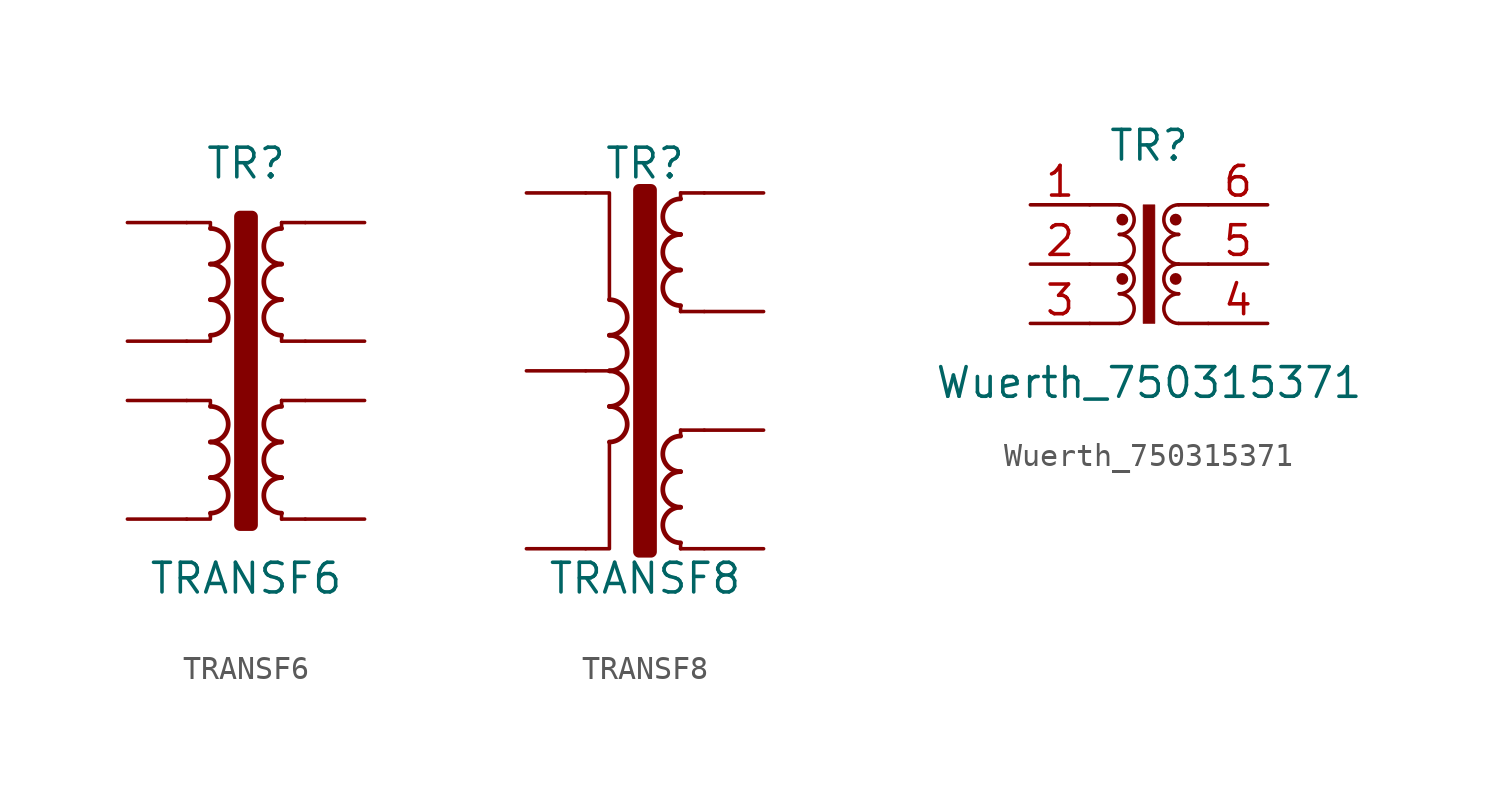
<source format=kicad_sym>
(kicad_symbol_lib
  (version 20201005)
  (generator kicad_symbol_editor)
  (symbol "TRANSF6"
    (pin_numbers hide)
    (pin_names
      (offset 0))
    (property "Reference" "TR"
      (at 0 10.16 0)
      (effects (font (size 1.27 1.27))))
    (property "Value" "TRANSF6"
      (at 0 -7.62 0)
      (effects (font (size 1.27 1.27))))
    (symbol "TRANSF6_0_1"
      (arc (start -1.524 -4.826) (end -1.524 -3.302) (radius (at -1.524 -4.064) (length 0.762) (angles -89.9 89.9)) (stroke (width 0.2032)) (fill (type none)))
      (arc (start -1.524 -3.302) (end -1.524 -1.778) (radius (at -1.524 -2.54) (length 0.762) (angles -89.9 89.9)) (stroke (width 0.2032)) (fill (type none)))
      (arc (start -1.524 -1.778) (end -1.524 -0.254) (radius (at -1.524 -1.016) (length 0.762) (angles -89.9 89.9)) (stroke (width 0.2032)) (fill (type none)))
      (arc (start -1.524 2.794) (end -1.524 4.318) (radius (at -1.524 3.556) (length 0.762) (angles -89.9 89.9)) (stroke (width 0.2032)) (fill (type none)))
      (arc (start -1.524 4.318) (end -1.524 5.842) (radius (at -1.524 5.08) (length 0.762) (angles -89.9 89.9)) (stroke (width 0.2032)) (fill (type none)))
      (arc (start -1.524 5.842) (end -1.524 7.366) (radius (at -1.524 6.604) (length 0.762) (angles -89.9 89.9)) (stroke (width 0.2032)) (fill (type none)))
      (arc (start 1.524 -3.302) (end 1.524 -4.826) (radius (at 1.524 -4.064) (length 0.762) (angles 90.1 -90.1)) (stroke (width 0.2032)) (fill (type none)))
      (arc (start 1.524 -1.778) (end 1.524 -3.302) (radius (at 1.524 -2.54) (length 0.762) (angles 90.1 -90.1)) (stroke (width 0.2032)) (fill (type none)))
      (arc (start 1.524 -0.254) (end 1.524 -1.778) (radius (at 1.524 -1.016) (length 0.762) (angles 90.1 -90.1)) (stroke (width 0.2032)) (fill (type none)))
      (arc (start 1.524 4.318) (end 1.524 2.794) (radius (at 1.524 3.556) (length 0.762) (angles 90.1 -90.1)) (stroke (width 0.2032)) (fill (type none)))
      (arc (start 1.524 5.842) (end 1.524 4.318) (radius (at 1.524 5.08) (length 0.762) (angles 90.1 -90.1)) (stroke (width 0.2032)) (fill (type none)))
      (arc (start 1.524 7.366) (end 1.524 5.842) (radius (at 1.524 6.604) (length 0.762) (angles 90.1 -90.1)) (stroke (width 0.2032)) (fill (type none)))
      (rectangle (start -0.254 7.874) (end 0.254 -5.334) (stroke (width 0.508)) (fill (type outline)))
      (polyline (pts (xy 1.524 0) (xy 2.54 0) (xy 2.54 0)) (stroke (width 0)) (fill (type none)))
      (polyline (pts (xy 1.524 2.54) (xy 2.54 2.54) (xy 2.54 2.54)) (stroke (width 0)) (fill (type none)))
      (polyline (pts (xy 1.524 7.62) (xy 2.54 7.62) (xy 2.54 7.62)) (stroke (width 0)) (fill (type none)))
      (polyline (pts (xy 2.54 -5.08) (xy 1.524 -5.08) (xy 1.524 -5.08)) (stroke (width 0)) (fill (type none)))
      (polyline (pts (xy -1.524 -4.826) (xy -1.524 -5.08) (xy -2.54 -5.08) (xy -2.54 -5.08)) (stroke (width 0)) (fill (type none)))
      (polyline (pts (xy -1.524 -0.254) (xy -1.524 0) (xy -2.54 0) (xy -2.54 0)) (stroke (width 0)) (fill (type none)))
      (polyline (pts (xy -1.524 2.794) (xy -1.524 2.54) (xy -2.54 2.54) (xy -2.54 2.54)) (stroke (width 0)) (fill (type none)))
      (polyline (pts (xy -1.524 7.366) (xy -1.524 7.62) (xy -2.54 7.62) (xy -2.54 7.62)) (stroke (width 0)) (fill (type none)))
      (polyline (pts (xy 1.524 -4.826) (xy 1.524 -5.08) (xy 1.524 -5.08)) (stroke (width 0)) (fill (type outline)))
      (polyline (pts (xy 1.524 0) (xy 1.524 -0.254) (xy 1.524 -0.254)) (stroke (width 0)) (fill (type outline)))
      (polyline (pts (xy 1.524 2.54) (xy 1.524 2.794) (xy 1.524 2.794)) (stroke (width 0)) (fill (type outline)))
      (polyline (pts (xy 1.524 7.62) (xy 1.524 7.366) (xy 1.524 7.366)) (stroke (width 0)) (fill (type outline))))
    (symbol "TRANSF6_1_1"
      (pin passive line (at -5.08 7.62 0) (length 2.54) (name "~" (effects (font (size 1.27 1.27)))) (number "1" (effects (font (size 1.27 1.27)))))
      (pin passive line (at -5.08 2.54 0) (length 2.54) (name "~" (effects (font (size 1.27 1.27)))) (number "2" (effects (font (size 1.27 1.27)))))
      (pin passive line (at -5.08 0 0) (length 2.54) (name "~" (effects (font (size 1.27 1.27)))) (number "3" (effects (font (size 1.27 1.27)))))
      (pin passive line (at -5.08 -5.08 0) (length 2.54) (name "~" (effects (font (size 1.27 1.27)))) (number "4" (effects (font (size 1.27 1.27)))))
      (pin passive line (at 5.08 -5.08 180) (length 2.54) (name "~" (effects (font (size 1.27 1.27)))) (number "5" (effects (font (size 1.27 1.27)))))
      (pin passive line (at 5.08 0 180) (length 2.54) (name "~" (effects (font (size 1.27 1.27)))) (number "6" (effects (font (size 1.27 1.27)))))
      (pin passive line (at 5.08 2.54 180) (length 2.54) (name "~" (effects (font (size 1.27 1.27)))) (number "7" (effects (font (size 1.27 1.27)))))
      (pin passive line (at 5.08 7.62 180) (length 2.54) (name "~" (effects (font (size 1.27 1.27)))) (number "8" (effects (font (size 1.27 1.27)))))))
  (symbol "TRANSF8"
    (pin_numbers hide)
    (pin_names
      (offset 0))
    (property "Reference" "TR"
      (at 0 8.89 0)
      (effects (font (size 1.27 1.27))))
    (property "Value" "TRANSF8"
      (at 0 -8.89 0)
      (effects (font (size 1.27 1.27))))
    (symbol "TRANSF8_0_1"
      (arc (start -1.524 -3.048) (end -1.524 -1.524) (radius (at -1.524 -2.286) (length 0.762) (angles -89.9 89.9)) (stroke (width 0.2032)) (fill (type none)))
      (arc (start -1.524 -1.524) (end -1.524 0) (radius (at -1.524 -0.762) (length 0.762) (angles -89.9 89.9)) (stroke (width 0.2032)) (fill (type none)))
      (arc (start -1.524 0) (end -1.524 1.524) (radius (at -1.524 0.762) (length 0.762) (angles -89.9 89.9)) (stroke (width 0.2032)) (fill (type none)))
      (arc (start -1.524 1.524) (end -1.524 3.048) (radius (at -1.524 2.286) (length 0.762) (angles -89.9 89.9)) (stroke (width 0.2032)) (fill (type none)))
      (arc (start 1.524 -5.842) (end 1.524 -7.366) (radius (at 1.524 -6.604) (length 0.762) (angles 90.1 -90.1)) (stroke (width 0.2032)) (fill (type none)))
      (arc (start 1.524 -4.318) (end 1.524 -5.842) (radius (at 1.524 -5.08) (length 0.762) (angles 90.1 -90.1)) (stroke (width 0.2032)) (fill (type none)))
      (arc (start 1.524 -2.794) (end 1.524 -4.318) (radius (at 1.524 -3.556) (length 0.762) (angles 90.1 -90.1)) (stroke (width 0.2032)) (fill (type none)))
      (arc (start 1.524 4.318) (end 1.524 2.794) (radius (at 1.524 3.556) (length 0.762) (angles 90.1 -90.1)) (stroke (width 0.2032)) (fill (type none)))
      (arc (start 1.524 5.842) (end 1.524 4.318) (radius (at 1.524 5.08) (length 0.762) (angles 90.1 -90.1)) (stroke (width 0.2032)) (fill (type none)))
      (arc (start 1.524 7.366) (end 1.524 5.842) (radius (at 1.524 6.604) (length 0.762) (angles 90.1 -90.1)) (stroke (width 0.2032)) (fill (type none)))
      (rectangle (start -0.254 7.747) (end 0.254 -7.747) (stroke (width 0.508)) (fill (type outline)))
      (polyline (pts (xy 1.524 -2.54) (xy 2.54 -2.54) (xy 2.54 -2.54)) (stroke (width 0)) (fill (type none)))
      (polyline (pts (xy 1.524 2.54) (xy 2.54 2.54) (xy 2.54 2.54)) (stroke (width 0)) (fill (type none)))
      (polyline (pts (xy 1.524 7.62) (xy 2.54 7.62) (xy 2.54 7.62)) (stroke (width 0)) (fill (type none)))
      (polyline (pts (xy 2.54 -7.62) (xy 1.524 -7.62) (xy 1.524 -7.62)) (stroke (width 0)) (fill (type none)))
      (polyline (pts (xy -2.54 -7.62) (xy -1.524 -7.62) (xy -1.524 -3.048) (xy -1.524 -3.048)) (stroke (width 0)) (fill (type none)))
      (polyline (pts (xy -2.54 7.62) (xy -1.524 7.62) (xy -1.524 3.048) (xy -1.524 3.048)) (stroke (width 0)) (fill (type none)))
      (polyline (pts (xy -1.524 0) (xy -2.54 0) (xy -2.54 0)) (stroke (width 0)) (fill (type outline)))
      (polyline (pts (xy 1.524 -7.366) (xy 1.524 -7.62) (xy 1.524 -7.62)) (stroke (width 0)) (fill (type outline)))
      (polyline (pts (xy 1.524 -2.54) (xy 1.524 -2.794) (xy 1.524 -2.794)) (stroke (width 0)) (fill (type outline)))
      (polyline (pts (xy 1.524 2.54) (xy 1.524 2.794) (xy 1.524 2.794)) (stroke (width 0)) (fill (type outline)))
      (polyline (pts (xy 1.524 7.62) (xy 1.524 7.366) (xy 1.524 7.366)) (stroke (width 0)) (fill (type outline))))
    (symbol "TRANSF8_1_1"
      (pin passive line (at -5.08 7.62 0) (length 2.54) (name "~" (effects (font (size 1.27 1.27)))) (number "1" (effects (font (size 1.27 1.27)))))
      (pin passive line (at -5.08 0 0) (length 2.54) (name "~" (effects (font (size 1.27 1.27)))) (number "2" (effects (font (size 1.27 1.27)))))
      (pin passive line (at -5.08 -7.62 0) (length 2.54) (name "~" (effects (font (size 1.27 1.27)))) (number "3" (effects (font (size 1.27 1.27)))))
      (pin passive line (at 5.08 7.62 180) (length 2.54) (name "~" (effects (font (size 1.27 1.27)))) (number "4" (effects (font (size 1.27 1.27)))))
      (pin passive line (at 5.08 2.54 180) (length 2.54) (name "~" (effects (font (size 1.27 1.27)))) (number "5" (effects (font (size 1.27 1.27)))))
      (pin passive line (at 5.08 -2.54 180) (length 2.54) (name "~" (effects (font (size 1.27 1.27)))) (number "6" (effects (font (size 1.27 1.27)))))
      (pin passive line (at 5.08 -7.62 180) (length 2.54) (name "~" (effects (font (size 1.27 1.27)))) (number "7" (effects (font (size 1.27 1.27)))))))
  (symbol "Wuerth_750315371"
    (property "Reference" "TR"
      (at 0 5.08 0)
      (effects (font (size 1.27 1.27))))
    (property "Value" "Wuerth_750315371"
      (at 0 -5.08 0)
      (effects (font (size 1.27 1.27))))
    (symbol "Wuerth_750315371_0_1"
      (arc (start -1.27 -2.54) (end -1.27 -1.27) (radius (at -1.27 -1.905) (length 0.635) (angles -89.9 89.9)) (stroke (width 0)) (fill (type none)))
      (arc (start -1.27 -1.27) (end -1.27 0) (radius (at -1.27 -0.635) (length 0.635) (angles -89.9 89.9)) (stroke (width 0)) (fill (type none)))
      (rectangle (start -0.254 2.54) (end 0.254 -2.54) (stroke (width 0.025)) (fill (type outline)))
      (polyline (pts (xy -2.54 -2.54) (xy -1.27 -2.54)) (stroke (width 0)) (fill (type none)))
      (polyline (pts (xy -2.54 0) (xy -1.27 0)) (stroke (width 0)) (fill (type none)))
      (polyline (pts (xy -2.54 2.54) (xy -1.27 2.54)) (stroke (width 0)) (fill (type none)))
      (polyline (pts (xy 1.27 -2.54) (xy 2.54 -2.54)) (stroke (width 0)) (fill (type none)))
      (polyline (pts (xy 1.27 0) (xy 2.54 0)) (stroke (width 0)) (fill (type none)))
      (polyline (pts (xy 1.27 2.54) (xy 2.54 2.54)) (stroke (width 0)) (fill (type none))))
    (symbol "Wuerth_750315371_1_1"
      (arc (start -1.27 0) (end -1.27 1.27) (radius (at -1.27 0.635) (length 0.635) (angles -89.9 89.9)) (stroke (width 0)) (fill (type none)))
      (arc (start -1.27 1.27) (end -1.27 2.54) (radius (at -1.27 1.905) (length 0.635) (angles -89.9 89.9)) (stroke (width 0)) (fill (type none)))
      (arc (start 1.27 -1.27) (end 1.27 -2.54) (radius (at 1.27 -1.905) (length 0.635) (angles 90.1 -90.1)) (stroke (width 0)) (fill (type none)))
      (arc (start 1.27 0) (end 1.27 -1.27) (radius (at 1.27 -0.635) (length 0.635) (angles 90.1 -90.1)) (stroke (width 0)) (fill (type none)))
      (arc (start 1.27 1.27) (end 1.27 0) (radius (at 1.27 0.635) (length 0.635) (angles 90.1 -90.1)) (stroke (width 0)) (fill (type none)))
      (arc (start 1.27 2.54) (end 1.27 1.27) (radius (at 1.27 1.905) (length 0.635) (angles 90.1 -90.1)) (stroke (width 0)) (fill (type none)))
      (circle (center -1.143 -0.635) (radius 0.127) (stroke (width 0.254)) (fill (type none)))
      (circle (center -1.143 1.905) (radius 0.127) (stroke (width 0.254)) (fill (type none)))
      (circle (center 1.143 -0.635) (radius 0.127) (stroke (width 0.254)) (fill (type none)))
      (circle (center 1.143 1.905) (radius 0.127) (stroke (width 0.254)) (fill (type none)))
      (pin passive line (at -5.08 2.54 0) (length 2.54) (name "~" (effects (font (size 1.27 1.27)))) (number "1" (effects (font (size 1.27 1.27)))))
      (pin passive line (at -5.08 0 0) (length 2.54) (name "~" (effects (font (size 1.27 1.27)))) (number "2" (effects (font (size 1.27 1.27)))))
      (pin passive line (at -5.08 -2.54 0) (length 2.54) (name "~" (effects (font (size 1.27 1.27)))) (number "3" (effects (font (size 1.27 1.27)))))
      (pin passive line (at 5.08 -2.54 180) (length 2.54) (name "~" (effects (font (size 1.27 1.27)))) (number "4" (effects (font (size 1.27 1.27)))))
      (pin passive line (at 5.08 0 180) (length 2.54) (name "~" (effects (font (size 1.27 1.27)))) (number "5" (effects (font (size 1.27 1.27)))))
      (pin passive line (at 5.08 2.54 180) (length 2.54) (name "~" (effects (font (size 1.27 1.27)))) (number "6" (effects (font (size 1.27 1.27))))))))
</source>
